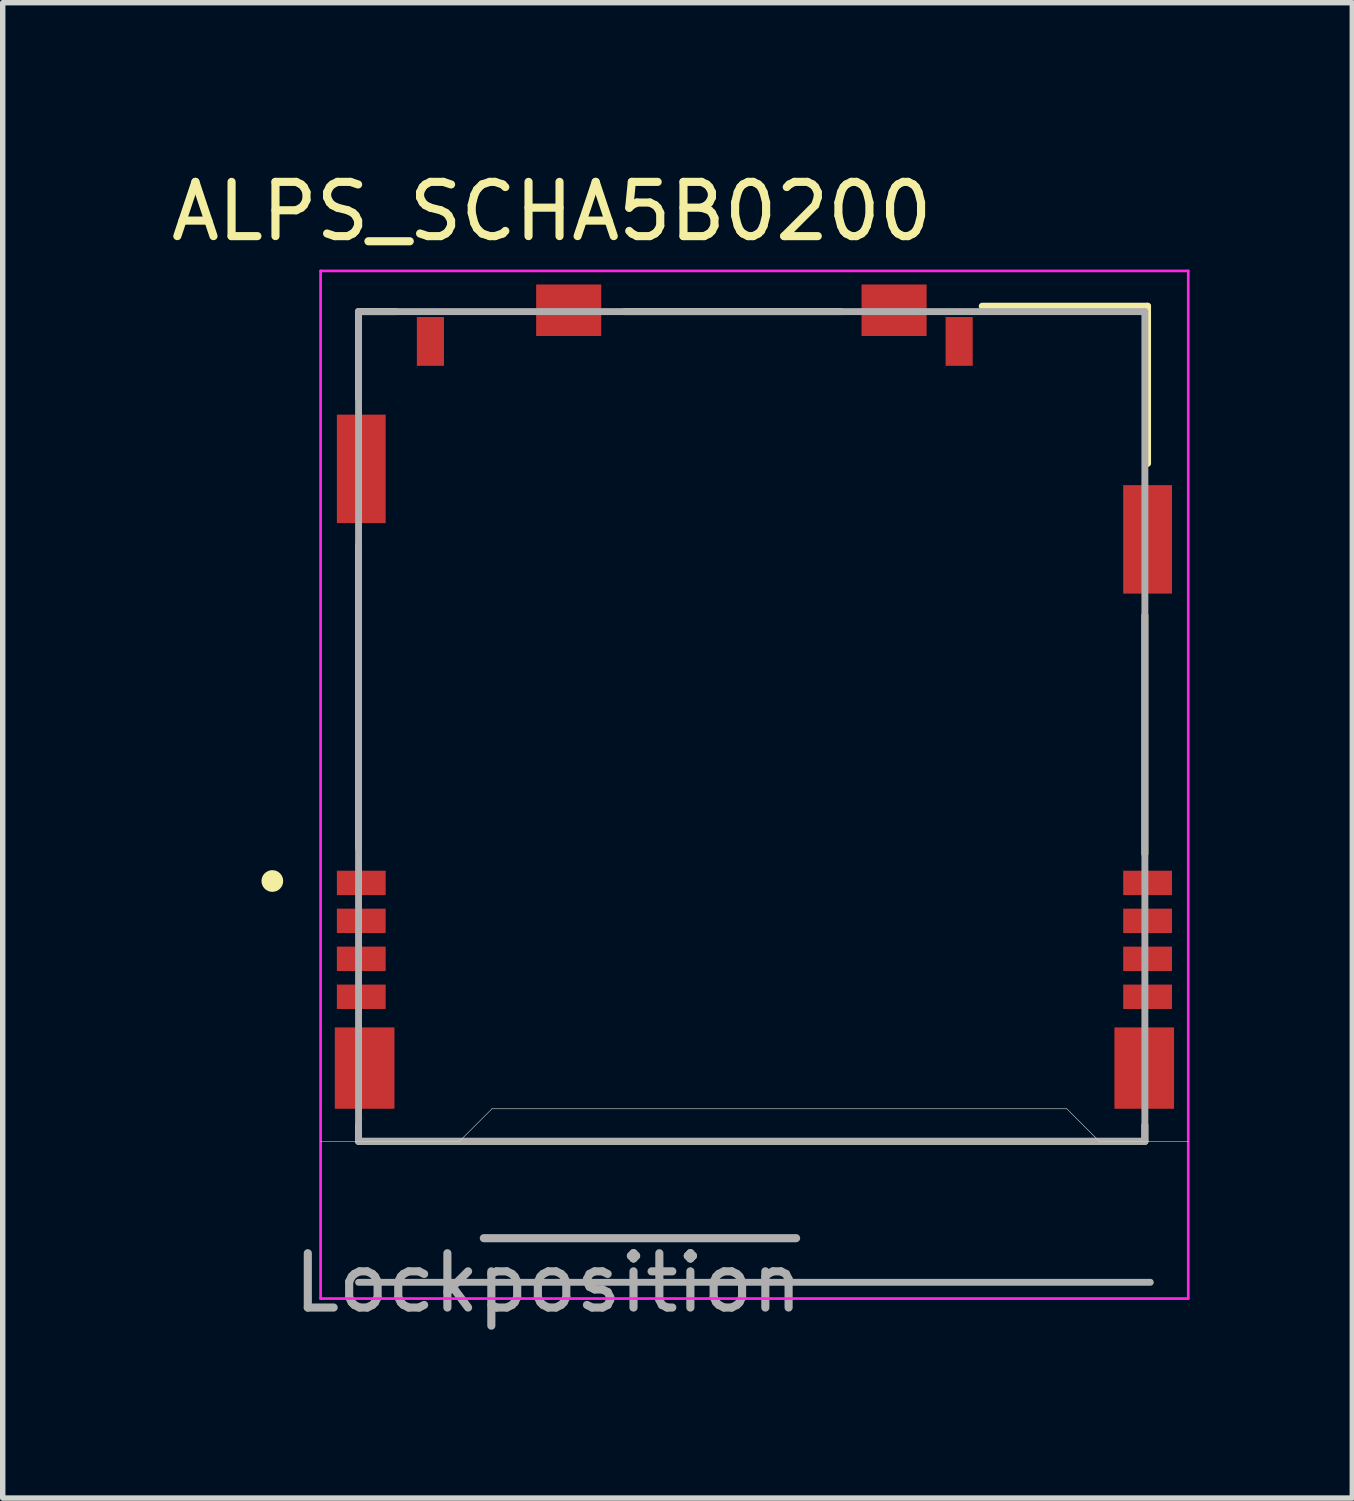
<source format=kicad_pcb>
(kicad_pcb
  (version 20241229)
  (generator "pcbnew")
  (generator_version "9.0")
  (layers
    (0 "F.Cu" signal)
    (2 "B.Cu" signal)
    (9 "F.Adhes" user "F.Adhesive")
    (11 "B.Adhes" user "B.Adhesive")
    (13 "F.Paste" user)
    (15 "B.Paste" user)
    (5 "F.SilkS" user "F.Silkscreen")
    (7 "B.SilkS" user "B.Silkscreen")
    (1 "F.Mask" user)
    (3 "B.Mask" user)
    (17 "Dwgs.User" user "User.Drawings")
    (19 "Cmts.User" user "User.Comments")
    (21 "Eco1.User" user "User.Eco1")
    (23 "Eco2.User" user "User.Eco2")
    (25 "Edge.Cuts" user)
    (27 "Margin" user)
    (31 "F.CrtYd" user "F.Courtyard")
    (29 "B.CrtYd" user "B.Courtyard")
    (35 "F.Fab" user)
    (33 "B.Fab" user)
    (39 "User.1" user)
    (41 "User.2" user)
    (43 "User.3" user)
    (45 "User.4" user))
  (footprint "ALPS_SCHA5B0200"
    (layer "F.Cu")
    (at 10.862 10.496)
    (property "Reference" "ALPS_SCHA5B0200" (at -3.737 -9.647 0) (layer "F.SilkS") (effects (font (size 1 1) (thickness 0.15))))
    (attr through_hole)
    (fp_line (start -7.3 -7.8) (end -7.3 -6.2) (stroke (width 0.127) (type solid)) (layer "F.SilkS"))
    (fp_line (start -7.3 -3.5) (end -7.3 2.1) (stroke (width 0.127) (type solid)) (layer "F.SilkS"))
    (fp_line (start -7.3 7.5) (end -7.3 7.2) (stroke (width 0.127) (type solid)) (layer "F.SilkS"))
    (fp_line (start -7.3 7.5) (end 7.2 7.5) (stroke (width 0.127) (type solid)) (layer "F.SilkS"))
    (fp_line (start -6.6 -7.8) (end -7.3 -7.8) (stroke (width 0.127) (type solid)) (layer "F.SilkS"))
    (fp_line (start -2.4 -7.8) (end 1.6 -7.8) (stroke (width 0.127) (type solid)) (layer "F.SilkS"))
    (fp_line (start 4.2 -7.9) (end 7.25 -7.9) (stroke (width 0.127) (type solid)) (layer "F.SilkS"))
    (fp_line (start 7.2 -2.2) (end 7.2 2.2) (stroke (width 0.127) (type solid)) (layer "F.SilkS"))
    (fp_line (start 7.2 7.5) (end 7.2 7.2) (stroke (width 0.127) (type solid)) (layer "F.SilkS"))
    (fp_line (start 7.25 -5) (end 7.25 -7.9) (stroke (width 0.127) (type solid)) (layer "F.SilkS"))
    (fp_circle (center -8.89 2.7) (end -8.79 2.7) (stroke (width 0.2) (type solid)) (fill no) (layer "F.SilkS"))
    (fp_line (start -8 7.5) (end -5.44 7.5) (stroke (width 0.01) (type solid)) (layer "Edge.Cuts"))
    (fp_line (start -5.44 7.5) (end -4.84 6.9) (stroke (width 0.01) (type solid)) (layer "Edge.Cuts"))
    (fp_line (start -4.84 6.9) (end 5.76 6.9) (stroke (width 0.01) (type solid)) (layer "Edge.Cuts"))
    (fp_line (start 5.76 6.9) (end 6.36 7.5) (stroke (width 0.01) (type solid)) (layer "Edge.Cuts"))
    (fp_line (start 6.36 7.5) (end 8 7.5) (stroke (width 0.01) (type solid)) (layer "Edge.Cuts"))
    (fp_line (start -8 -8.55) (end -8 10.4) (stroke (width 0.05) (type solid)) (layer "F.CrtYd"))
    (fp_line (start -8 -8.55) (end 8 -8.55) (stroke (width 0.05) (type solid)) (layer "F.CrtYd"))
    (fp_line (start -8 10.4) (end 8 10.4) (stroke (width 0.05) (type solid)) (layer "F.CrtYd"))
    (fp_line (start 8 -8.55) (end 8 10.4) (stroke (width 0.05) (type solid)) (layer "F.CrtYd"))
    (fp_line (start -7.3 -7.8) (end 7.2 -7.8) (stroke (width 0.127) (type solid)) (layer "F.Fab"))
    (fp_line (start -7.3 7.5) (end -7.3 -7.8) (stroke (width 0.127) (type solid)) (layer "F.Fab"))
    (fp_line (start -7.3 10.1) (end 7.3 10.1) (stroke (width 0.127) (type solid)) (layer "F.Fab"))
    (fp_line (start 7.2 -7.8) (end 7.2 7.5) (stroke (width 0.127) (type solid)) (layer "F.Fab"))
    (fp_line (start 7.2 7.5) (end -7.3 7.5) (stroke (width 0.127) (type solid)) (layer "F.Fab"))
    (fp_text user "Lock~{position}" (at -3.803 10.11 0) (layer "F.Fab") (effects (font (size 1.001 1.001) (thickness 0.15))))
    (pad "1" smd rect (at -7.25 2.735) (size 0.9 0.45) (layers "F.Cu" "F.Mask" "F.Paste"))
    (pad "2" smd rect (at -7.25 3.435) (size 0.9 0.45) (layers "F.Cu" "F.Mask" "F.Paste"))
    (pad "3" smd rect (at -7.25 4.135) (size 0.9 0.45) (layers "F.Cu" "F.Mask" "F.Paste"))
    (pad "4" smd rect (at -7.25 4.835) (size 0.9 0.45) (layers "F.Cu" "F.Mask" "F.Paste"))
    (pad "5" smd rect (at 7.25 4.835) (size 0.9 0.45) (layers "F.Cu" "F.Mask" "F.Paste"))
    (pad "6" smd rect (at 7.25 4.135) (size 0.9 0.45) (layers "F.Cu" "F.Mask" "F.Paste"))
    (pad "7" smd rect (at 7.25 3.435) (size 0.9 0.45) (layers "F.Cu" "F.Mask" "F.Paste"))
    (pad "8" smd rect (at 7.25 2.735) (size 0.9 0.45) (layers "F.Cu" "F.Mask" "F.Paste"))
    (pad "CMN" smd rect (at 3.775 -7.25) (size 0.5 0.9) (layers "F.Cu" "F.Mask" "F.Paste"))
    (pad "DT" smd rect (at -5.975 -7.25) (size 0.5 0.9) (layers "F.Cu" "F.Mask" "F.Paste"))
    (pad "S1" smd rect (at -7.188 6.15) (size 1.1 1.5) (layers "F.Cu" "F.Mask" "F.Paste"))
    (pad "S2" smd rect (at 7.188 6.15) (size 1.1 1.5) (layers "F.Cu" "F.Mask" "F.Paste"))
    (pad "S3" smd rect (at -7.25 -4.9) (size 0.9 2) (layers "F.Cu" "F.Mask" "F.Paste"))
    (pad "S4" smd rect (at 7.25 -3.6) (size 0.9 2) (layers "F.Cu" "F.Mask" "F.Paste"))
    (pad "S5" smd rect (at 2.575 -7.825) (size 1.2 0.95) (layers "F.Cu" "F.Mask" "F.Paste"))
    (pad "S6" smd rect (at -3.425 -7.825) (size 1.2 0.95) (layers "F.Cu" "F.Mask" "F.Paste"))
    (zone (net_name "") (layer "F.Cu") (hatch full 0.508) (connect_pads) (min_thickness 0.01) (filled_areas_thickness no) (keepout (tracks not_allowed) (vias not_allowed) (pads not_allowed) (copperpour not_allowed) (footprints allowed)) (placement (enabled no)) (fill) (polygon (pts (xy 3.612 2.796) (xy 4.622 2.796) (xy 4.622 4.596) (xy 3.612 4.596))))
    (zone (net_name "") (layer "F.Cu") (hatch full 0.508) (connect_pads) (min_thickness 0.01) (filled_areas_thickness no) (keepout (tracks not_allowed) (vias not_allowed) (pads not_allowed) (copperpour not_allowed) (footprints allowed)) (placement (enabled no)) (fill) (polygon (pts (xy 3.612 6.596) (xy 17.662 6.596) (xy 17.662 12.996) (xy 3.612 12.996))))
    (zone (net_name "") (layer "F.Cu") (hatch full 0.508) (connect_pads) (min_thickness 0.01) (filled_areas_thickness no) (keepout (tracks not_allowed) (vias not_allowed) (pads not_allowed) (copperpour not_allowed) (footprints allowed)) (placement (enabled no)) (fill) (polygon (pts (xy 3.612 17.496) (xy 4.462 17.496) (xy 4.462 17.996) (xy 3.612 17.996))))
    (zone (net_name "") (layer "F.Cu") (hatch full 0.508) (connect_pads) (min_thickness 0.01) (filled_areas_thickness no) (keepout (tracks not_allowed) (vias not_allowed) (pads not_allowed) (copperpour not_allowed) (footprints allowed)) (placement (enabled no)) (fill) (polygon (pts (xy 4.062 3.696) (xy 17.662 3.696) (xy 17.662 6.596) (xy 4.062 6.596))))
    (zone (net_name "") (layer "F.Cu") (hatch full 0.508) (connect_pads) (min_thickness 0.01) (filled_areas_thickness no) (keepout (tracks not_allowed) (vias not_allowed) (pads not_allowed) (copperpour not_allowed) (footprints allowed)) (placement (enabled no)) (fill) (polygon (pts (xy 4.062 12.896) (xy 17.662 12.896) (xy 17.662 15.696) (xy 4.062 15.696))))
    (zone (net_name "") (layer "F.Cu") (hatch full 0.508) (connect_pads) (min_thickness 0.01) (filled_areas_thickness no) (keepout (tracks not_allowed) (vias not_allowed) (pads not_allowed) (copperpour not_allowed) (footprints allowed)) (placement (enabled no)) (fill) (polygon (pts (xy 4.262 15.696) (xy 17.462 15.696) (xy 17.462 17.996) (xy 4.262 17.996))))
    (zone (net_name "") (layer "F.Cu") (hatch full 0.508) (connect_pads) (min_thickness 0.01) (filled_areas_thickness no) (keepout (tracks not_allowed) (vias not_allowed) (pads not_allowed) (copperpour not_allowed) (footprints allowed)) (placement (enabled no)) (fill) (polygon (pts (xy 5.162 3.196) (xy 14.262 3.196) (xy 14.262 4.796) (xy 5.162 4.796))))
    (zone (net_name "") (layer "F.Cu") (hatch full 0.508) (connect_pads) (min_thickness 0.01) (filled_areas_thickness no) (keepout (tracks not_allowed) (vias not_allowed) (pads not_allowed) (copperpour not_allowed) (footprints allowed)) (placement (enabled no)) (fill) (polygon (pts (xy 14.962 2.596) (xy 18.112 2.596) (xy 18.112 5.896) (xy 14.962 5.896))))
    (zone (net_name "") (layer "F.Cu") (hatch full 0.508) (connect_pads) (min_thickness 0.01) (filled_areas_thickness no) (keepout (tracks not_allowed) (vias not_allowed) (pads not_allowed) (copperpour not_allowed) (footprints allowed)) (placement (enabled no)) (fill) (polygon (pts (xy 16.262 7.896) (xy 18.112 7.896) (xy 18.112 12.896) (xy 16.262 12.896))))
    (zone (net_name "") (layer "F.Cu") (hatch full 0.508) (connect_pads) (min_thickness 0.01) (filled_areas_thickness no) (keepout (tracks not_allowed) (vias not_allowed) (pads not_allowed) (copperpour not_allowed) (footprints allowed)) (placement (enabled no)) (fill) (polygon (pts (xy 17.462 17.496) (xy 18.112 17.496) (xy 18.112 17.996) (xy 17.462 17.996)))))
  (gr_rect
    (start -3 -3)
    (end 21.887 24.575)
    (stroke (width 0.1) (type default))
    (fill no)
    (layer "Edge.Cuts")))
</source>
